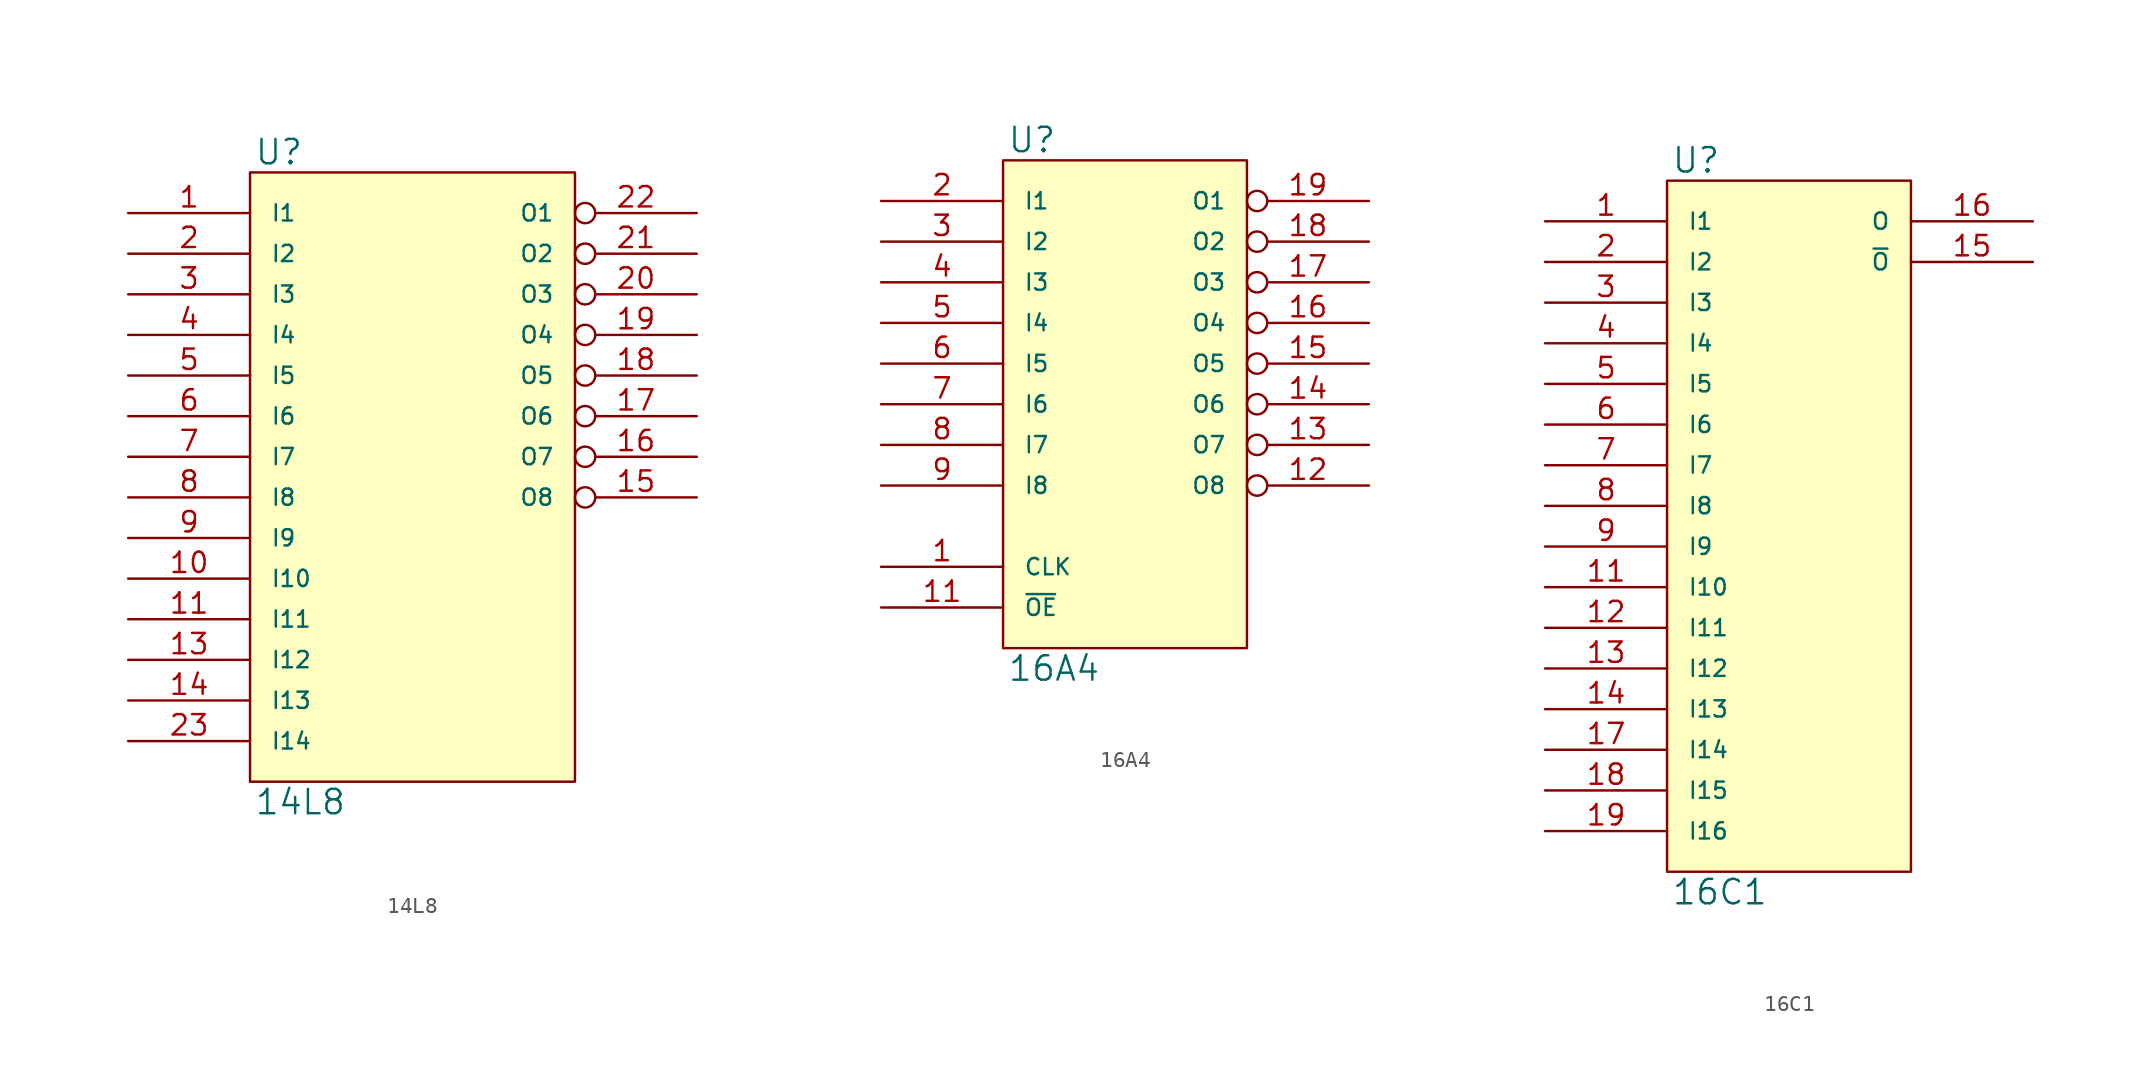
<source format=kicad_sym>
(kicad_symbol_lib
  (version 20231120)
  (generator "kicad_symbol_editor")
  (generator_version "8.0")
  (symbol "14L8"
    (pin_names
      (offset 1.27))
    (property "Reference" "U"
      (at 0.254 0.381 0)
      (effects (font (size 1.524 1.524)) (justify left bottom)))
    (property "Value" "14L8"
      (at 0.254 -38.481 0)
      (effects (font (size 1.524 1.524)) (justify left top)))
    (symbol "14L8_0_1"
      (rectangle (start 0 0) (end 20.32 -38.1) (stroke (width 0) (type solid)) (fill (type background))))
    (symbol "14L8_1_1"
      (pin input line (at -7.62 -2.54 0) (length 7.62) (name "I1" (effects (font (size 1.016 1.016)))) (number "1" (effects (font (size 1.27 1.27)))))
      (pin input line (at -7.62 -25.4 0) (length 7.62) (name "I10" (effects (font (size 1.016 1.016)))) (number "10" (effects (font (size 1.27 1.27)))))
      (pin input line (at -7.62 -27.94 0) (length 7.62) (name "I11" (effects (font (size 1.016 1.016)))) (number "11" (effects (font (size 1.27 1.27)))))
      (pin power_in line (at 0 -38.1 90) (length 0) hide (name "GND" (effects (font (size 1.016 1.016)))) (number "12" (effects (font (size 1.27 1.27)))))
      (pin input line (at -7.62 -30.48 0) (length 7.62) (name "I12" (effects (font (size 1.016 1.016)))) (number "13" (effects (font (size 1.27 1.27)))))
      (pin input line (at -7.62 -33.02 0) (length 7.62) (name "I13" (effects (font (size 1.016 1.016)))) (number "14" (effects (font (size 1.27 1.27)))))
      (pin output inverted (at 27.94 -20.32 180) (length 7.62) (name "O8" (effects (font (size 1.016 1.016)))) (number "15" (effects (font (size 1.27 1.27)))))
      (pin output inverted (at 27.94 -17.78 180) (length 7.62) (name "O7" (effects (font (size 1.016 1.016)))) (number "16" (effects (font (size 1.27 1.27)))))
      (pin output inverted (at 27.94 -15.24 180) (length 7.62) (name "O6" (effects (font (size 1.016 1.016)))) (number "17" (effects (font (size 1.27 1.27)))))
      (pin output inverted (at 27.94 -12.7 180) (length 7.62) (name "O5" (effects (font (size 1.016 1.016)))) (number "18" (effects (font (size 1.27 1.27)))))
      (pin output inverted (at 27.94 -10.16 180) (length 7.62) (name "O4" (effects (font (size 1.016 1.016)))) (number "19" (effects (font (size 1.27 1.27)))))
      (pin input line (at -7.62 -5.08 0) (length 7.62) (name "I2" (effects (font (size 1.016 1.016)))) (number "2" (effects (font (size 1.27 1.27)))))
      (pin output inverted (at 27.94 -7.62 180) (length 7.62) (name "O3" (effects (font (size 1.016 1.016)))) (number "20" (effects (font (size 1.27 1.27)))))
      (pin output inverted (at 27.94 -5.08 180) (length 7.62) (name "O2" (effects (font (size 1.016 1.016)))) (number "21" (effects (font (size 1.27 1.27)))))
      (pin output inverted (at 27.94 -2.54 180) (length 7.62) (name "O1" (effects (font (size 1.016 1.016)))) (number "22" (effects (font (size 1.27 1.27)))))
      (pin input line (at -7.62 -35.56 0) (length 7.62) (name "I14" (effects (font (size 1.016 1.016)))) (number "23" (effects (font (size 1.27 1.27)))))
      (pin power_in line (at 0 0 270) (length 0) hide (name "VCC" (effects (font (size 1.016 1.016)))) (number "24" (effects (font (size 1.27 1.27)))))
      (pin input line (at -7.62 -7.62 0) (length 7.62) (name "I3" (effects (font (size 1.016 1.016)))) (number "3" (effects (font (size 1.27 1.27)))))
      (pin input line (at -7.62 -10.16 0) (length 7.62) (name "I4" (effects (font (size 1.016 1.016)))) (number "4" (effects (font (size 1.27 1.27)))))
      (pin input line (at -7.62 -12.7 0) (length 7.62) (name "I5" (effects (font (size 1.016 1.016)))) (number "5" (effects (font (size 1.27 1.27)))))
      (pin input line (at -7.62 -15.24 0) (length 7.62) (name "I6" (effects (font (size 1.016 1.016)))) (number "6" (effects (font (size 1.27 1.27)))))
      (pin input line (at -7.62 -17.78 0) (length 7.62) (name "I7" (effects (font (size 1.016 1.016)))) (number "7" (effects (font (size 1.27 1.27)))))
      (pin input line (at -7.62 -20.32 0) (length 7.62) (name "I8" (effects (font (size 1.016 1.016)))) (number "8" (effects (font (size 1.27 1.27)))))
      (pin input line (at -7.62 -22.86 0) (length 7.62) (name "I9" (effects (font (size 1.016 1.016)))) (number "9" (effects (font (size 1.27 1.27)))))))
  (symbol "16A4"
    (pin_names
      (offset 1.27))
    (property "Reference" "U"
      (at 0.254 0.381 0)
      (effects (font (size 1.524 1.524)) (justify left bottom)))
    (property "Value" "16A4"
      (at 0.254 -30.861 0)
      (effects (font (size 1.524 1.524)) (justify left top)))
    (symbol "16A4_0_1"
      (rectangle (start 0 0) (end 15.24 -30.48) (stroke (width 0) (type solid)) (fill (type background))))
    (symbol "16A4_1_1"
      (pin input line (at -7.62 -25.4 0) (length 7.62) (name "CLK" (effects (font (size 1.016 1.016)))) (number "1" (effects (font (size 1.27 1.27)))))
      (pin power_in line (at 0 -30.48 90) (length 0) hide (name "GND" (effects (font (size 1.016 1.016)))) (number "10" (effects (font (size 1.27 1.27)))))
      (pin input line (at -7.62 -27.94 0) (length 7.62) (name "~{OE}" (effects (font (size 1.016 1.016)))) (number "11" (effects (font (size 1.27 1.27)))))
      (pin bidirectional inverted (at 22.86 -20.32 180) (length 7.62) (name "O8" (effects (font (size 1.016 1.016)))) (number "12" (effects (font (size 1.27 1.27)))))
      (pin bidirectional inverted (at 22.86 -17.78 180) (length 7.62) (name "O7" (effects (font (size 1.016 1.016)))) (number "13" (effects (font (size 1.27 1.27)))))
      (pin tri_state inverted (at 22.86 -15.24 180) (length 7.62) (name "O6" (effects (font (size 1.016 1.016)))) (number "14" (effects (font (size 1.27 1.27)))))
      (pin tri_state inverted (at 22.86 -12.7 180) (length 7.62) (name "O5" (effects (font (size 1.016 1.016)))) (number "15" (effects (font (size 1.27 1.27)))))
      (pin tri_state inverted (at 22.86 -10.16 180) (length 7.62) (name "O4" (effects (font (size 1.016 1.016)))) (number "16" (effects (font (size 1.27 1.27)))))
      (pin tri_state inverted (at 22.86 -7.62 180) (length 7.62) (name "O3" (effects (font (size 1.016 1.016)))) (number "17" (effects (font (size 1.27 1.27)))))
      (pin bidirectional inverted (at 22.86 -5.08 180) (length 7.62) (name "O2" (effects (font (size 1.016 1.016)))) (number "18" (effects (font (size 1.27 1.27)))))
      (pin bidirectional inverted (at 22.86 -2.54 180) (length 7.62) (name "O1" (effects (font (size 1.016 1.016)))) (number "19" (effects (font (size 1.27 1.27)))))
      (pin input line (at -7.62 -2.54 0) (length 7.62) (name "I1" (effects (font (size 1.016 1.016)))) (number "2" (effects (font (size 1.27 1.27)))))
      (pin power_in line (at 0 0 270) (length 0) hide (name "VCC" (effects (font (size 1.016 1.016)))) (number "20" (effects (font (size 1.27 1.27)))))
      (pin input line (at -7.62 -5.08 0) (length 7.62) (name "I2" (effects (font (size 1.016 1.016)))) (number "3" (effects (font (size 1.27 1.27)))))
      (pin input line (at -7.62 -7.62 0) (length 7.62) (name "I3" (effects (font (size 1.016 1.016)))) (number "4" (effects (font (size 1.27 1.27)))))
      (pin input line (at -7.62 -10.16 0) (length 7.62) (name "I4" (effects (font (size 1.016 1.016)))) (number "5" (effects (font (size 1.27 1.27)))))
      (pin input line (at -7.62 -12.7 0) (length 7.62) (name "I5" (effects (font (size 1.016 1.016)))) (number "6" (effects (font (size 1.27 1.27)))))
      (pin input line (at -7.62 -15.24 0) (length 7.62) (name "I6" (effects (font (size 1.016 1.016)))) (number "7" (effects (font (size 1.27 1.27)))))
      (pin input line (at -7.62 -17.78 0) (length 7.62) (name "I7" (effects (font (size 1.016 1.016)))) (number "8" (effects (font (size 1.27 1.27)))))
      (pin input line (at -7.62 -20.32 0) (length 7.62) (name "I8" (effects (font (size 1.016 1.016)))) (number "9" (effects (font (size 1.27 1.27)))))))
  (symbol "16C1"
    (pin_names
      (offset 1.27))
    (property "Reference" "U"
      (at 0.254 0.381 0)
      (effects (font (size 1.524 1.524)) (justify left bottom)))
    (property "Value" "16C1"
      (at 0.254 -43.561 0)
      (effects (font (size 1.524 1.524)) (justify left top)))
    (symbol "16C1_0_1"
      (rectangle (start 0 0) (end 15.24 -43.18) (stroke (width 0) (type solid)) (fill (type background))))
    (symbol "16C1_1_1"
      (pin input line (at -7.62 -2.54 0) (length 7.62) (name "I1" (effects (font (size 1.016 1.016)))) (number "1" (effects (font (size 1.27 1.27)))))
      (pin power_in line (at 0 -43.18 90) (length 0) hide (name "GND" (effects (font (size 1.016 1.016)))) (number "10" (effects (font (size 1.27 1.27)))))
      (pin input line (at -7.62 -25.4 0) (length 7.62) (name "I10" (effects (font (size 1.016 1.016)))) (number "11" (effects (font (size 1.27 1.27)))))
      (pin input line (at -7.62 -27.94 0) (length 7.62) (name "I11" (effects (font (size 1.016 1.016)))) (number "12" (effects (font (size 1.27 1.27)))))
      (pin input line (at -7.62 -30.48 0) (length 7.62) (name "I12" (effects (font (size 1.016 1.016)))) (number "13" (effects (font (size 1.27 1.27)))))
      (pin input line (at -7.62 -33.02 0) (length 7.62) (name "I13" (effects (font (size 1.016 1.016)))) (number "14" (effects (font (size 1.27 1.27)))))
      (pin output line (at 22.86 -5.08 180) (length 7.62) (name "~{O}" (effects (font (size 1.016 1.016)))) (number "15" (effects (font (size 1.27 1.27)))))
      (pin output line (at 22.86 -2.54 180) (length 7.62) (name "O" (effects (font (size 1.016 1.016)))) (number "16" (effects (font (size 1.27 1.27)))))
      (pin input line (at -7.62 -35.56 0) (length 7.62) (name "I14" (effects (font (size 1.016 1.016)))) (number "17" (effects (font (size 1.27 1.27)))))
      (pin input line (at -7.62 -38.1 0) (length 7.62) (name "I15" (effects (font (size 1.016 1.016)))) (number "18" (effects (font (size 1.27 1.27)))))
      (pin input line (at -7.62 -40.64 0) (length 7.62) (name "I16" (effects (font (size 1.016 1.016)))) (number "19" (effects (font (size 1.27 1.27)))))
      (pin input line (at -7.62 -5.08 0) (length 7.62) (name "I2" (effects (font (size 1.016 1.016)))) (number "2" (effects (font (size 1.27 1.27)))))
      (pin power_in line (at 0 0 270) (length 0) hide (name "VCC" (effects (font (size 1.016 1.016)))) (number "20" (effects (font (size 1.27 1.27)))))
      (pin input line (at -7.62 -7.62 0) (length 7.62) (name "I3" (effects (font (size 1.016 1.016)))) (number "3" (effects (font (size 1.27 1.27)))))
      (pin input line (at -7.62 -10.16 0) (length 7.62) (name "I4" (effects (font (size 1.016 1.016)))) (number "4" (effects (font (size 1.27 1.27)))))
      (pin input line (at -7.62 -12.7 0) (length 7.62) (name "I5" (effects (font (size 1.016 1.016)))) (number "5" (effects (font (size 1.27 1.27)))))
      (pin input line (at -7.62 -15.24 0) (length 7.62) (name "I6" (effects (font (size 1.016 1.016)))) (number "6" (effects (font (size 1.27 1.27)))))
      (pin input line (at -7.62 -17.78 0) (length 7.62) (name "I7" (effects (font (size 1.016 1.016)))) (number "7" (effects (font (size 1.27 1.27)))))
      (pin input line (at -7.62 -20.32 0) (length 7.62) (name "I8" (effects (font (size 1.016 1.016)))) (number "8" (effects (font (size 1.27 1.27)))))
      (pin input line (at -7.62 -22.86 0) (length 7.62) (name "I9" (effects (font (size 1.016 1.016)))) (number "9" (effects (font (size 1.27 1.27))))))))
</source>
